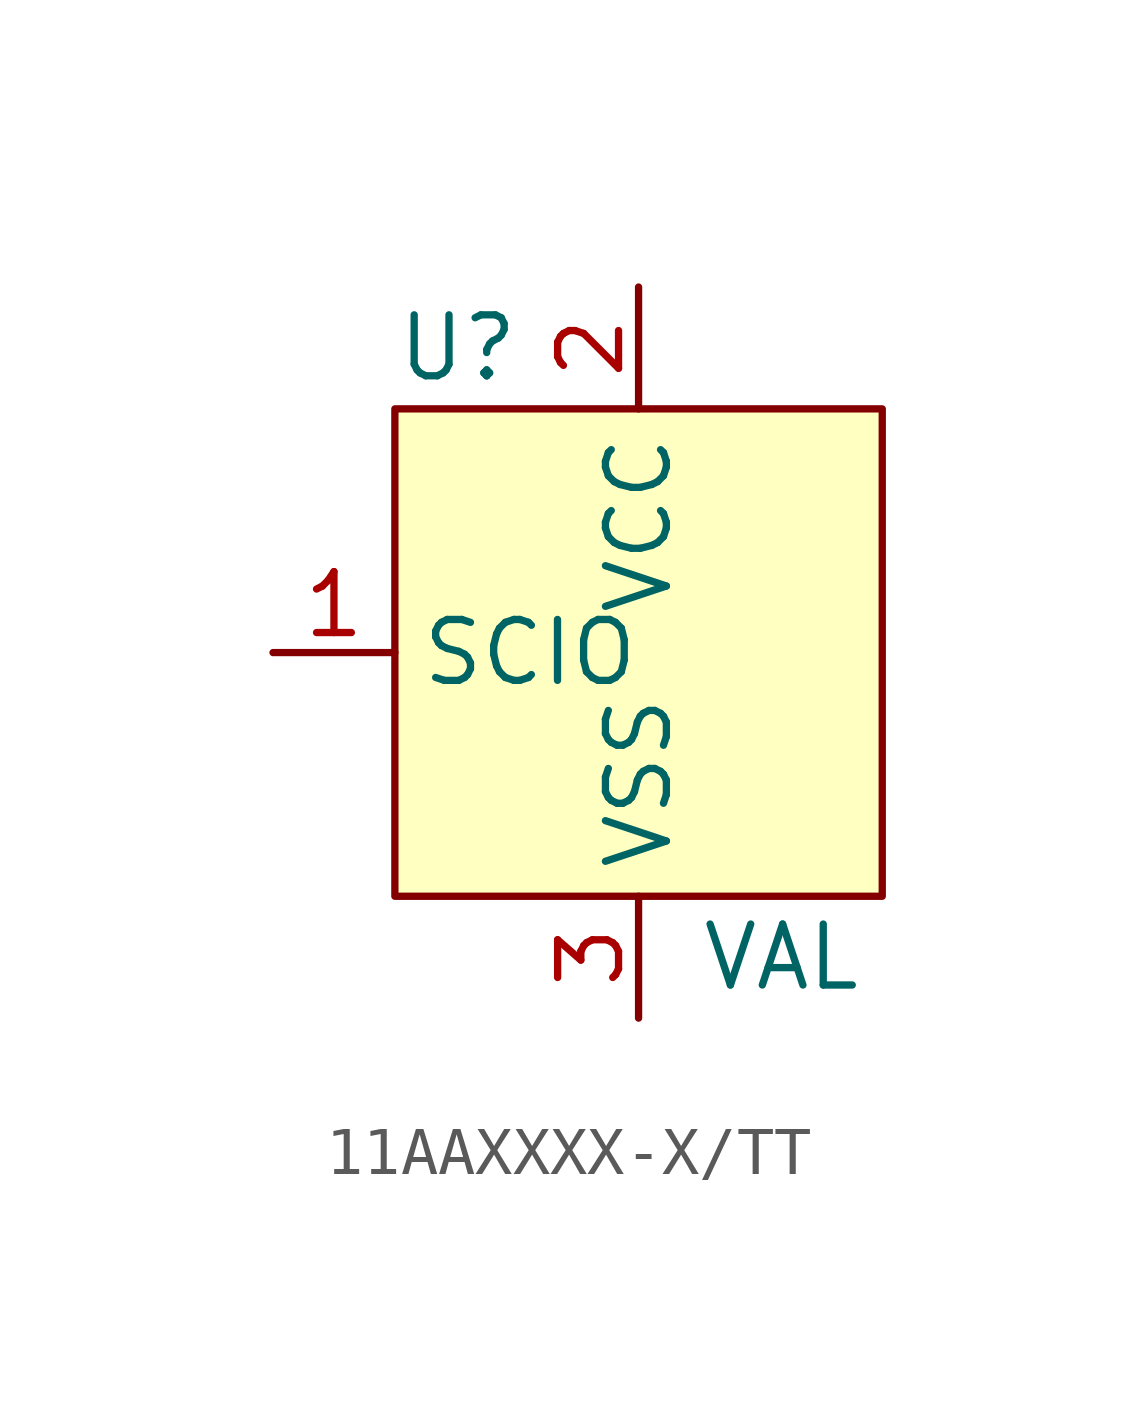
<source format=kicad_sym>
(kicad_symbol_lib
  (version 20220914)
  (generator kicad_symbol_editor)
  (symbol "11AAXXXX-X/TT"
    (property "Reference" "U"
      (at -5.08 6.35 0)
      (do_not_autoplace)
      (effects (font (size 1.27 1.27)) (justify left)))
    (property "Value" "VAL"
      (at 1.27 -6.35 0)
      (do_not_autoplace)
      (effects (font (size 1.27 1.27)) (justify left)))
    (symbol "11AAXXXX-X/TT_1_1"
      (rectangle (start -5.08 5.08) (end 5.08 -5.08) (stroke (width 0) (type default)) (fill (type background)))
      (pin bidirectional line (at -7.62 0 0) (length 2.54) (name "SCIO" (effects (font (size 1.27 1.27)))) (number "1" (effects (font (size 1.27 1.27)))))
      (pin power_in line (at 0 7.62 270) (length 2.54) (name "VCC" (effects (font (size 1.27 1.27)))) (number "2" (effects (font (size 1.27 1.27)))))
      (pin passive line (at 0 -7.62 90) (length 2.54) (name "VSS" (effects (font (size 1.27 1.27)))) (number "3" (effects (font (size 1.27 1.27))))))))
</source>
